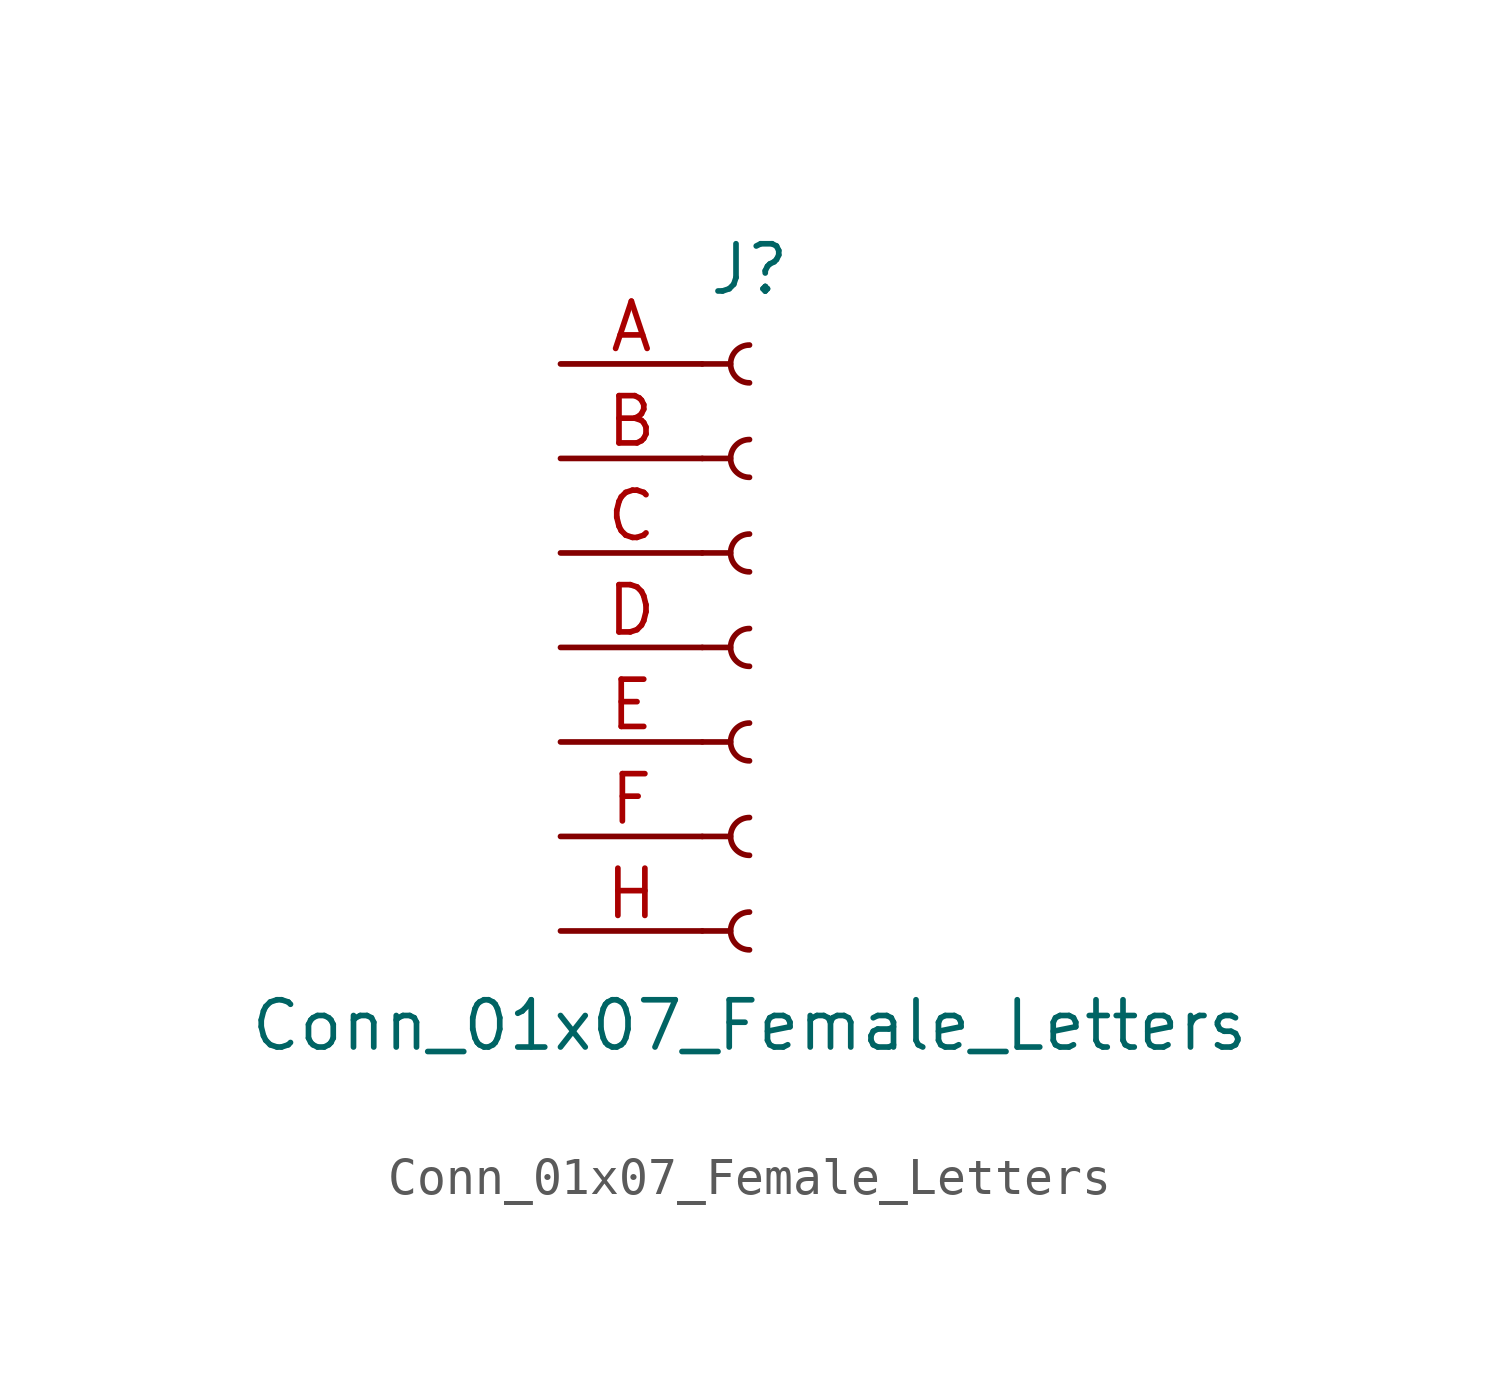
<source format=kicad_sym>
(kicad_symbol_lib
  (version 20211014)
  (generator kicad_symbol_editor)
  (symbol "Conn_01x07_Female_Letters"
    (pin_names
      (offset 1.016) hide)
    (property "Reference" "J"
      (at 0 10.16 0)
      (effects (font (size 1.27 1.27))))
    (property "Value" "Conn_01x07_Female_Letters"
      (at 0 -10.16 0)
      (effects (font (size 1.27 1.27))))
    (symbol "Conn_01x07_Female_Letters_1_1"
      (arc (start 0 -7.112) (mid -0.508 -7.62) (end 0 -8.128) (stroke (width 0.1524) (type default) (color 0 0 0 0)) (fill (type none)))
      (arc (start 0 -4.572) (mid -0.508 -5.08) (end 0 -5.588) (stroke (width 0.1524) (type default) (color 0 0 0 0)) (fill (type none)))
      (arc (start 0 -2.032) (mid -0.508 -2.54) (end 0 -3.048) (stroke (width 0.1524) (type default) (color 0 0 0 0)) (fill (type none)))
      (polyline (pts (xy -1.27 -7.62) (xy -0.508 -7.62)) (stroke (width 0.152) (type default) (color 0 0 0 0)) (fill (type none)))
      (polyline (pts (xy -1.27 -5.08) (xy -0.508 -5.08)) (stroke (width 0.152) (type default) (color 0 0 0 0)) (fill (type none)))
      (polyline (pts (xy -1.27 -2.54) (xy -0.508 -2.54)) (stroke (width 0.152) (type default) (color 0 0 0 0)) (fill (type none)))
      (polyline (pts (xy -1.27 0) (xy -0.508 0)) (stroke (width 0.152) (type default) (color 0 0 0 0)) (fill (type none)))
      (polyline (pts (xy -1.27 2.54) (xy -0.508 2.54)) (stroke (width 0.152) (type default) (color 0 0 0 0)) (fill (type none)))
      (polyline (pts (xy -1.27 5.08) (xy -0.508 5.08)) (stroke (width 0.152) (type default) (color 0 0 0 0)) (fill (type none)))
      (polyline (pts (xy -1.27 7.62) (xy -0.508 7.62)) (stroke (width 0.152) (type default) (color 0 0 0 0)) (fill (type none)))
      (arc (start 0 0.508) (mid -0.508 0) (end 0 -0.508) (stroke (width 0.1524) (type default) (color 0 0 0 0)) (fill (type none)))
      (arc (start 0 3.048) (mid -0.508 2.54) (end 0 2.032) (stroke (width 0.1524) (type default) (color 0 0 0 0)) (fill (type none)))
      (arc (start 0 5.588) (mid -0.508 5.08) (end 0 4.572) (stroke (width 0.1524) (type default) (color 0 0 0 0)) (fill (type none)))
      (arc (start 0 8.128) (mid -0.508 7.62) (end 0 7.112) (stroke (width 0.1524) (type default) (color 0 0 0 0)) (fill (type none)))
      (pin passive line (at -5.08 7.62 0) (length 3.81) (name "Pin_A" (effects (font (size 1.27 1.27)))) (number "A" (effects (font (size 1.27 1.27)))))
      (pin passive line (at -5.08 5.08 0) (length 3.81) (name "Pin_B" (effects (font (size 1.27 1.27)))) (number "B" (effects (font (size 1.27 1.27)))))
      (pin passive line (at -5.08 2.54 0) (length 3.81) (name "Pin_C" (effects (font (size 1.27 1.27)))) (number "C" (effects (font (size 1.27 1.27)))))
      (pin passive line (at -5.08 0 0) (length 3.81) (name "Pin_D" (effects (font (size 1.27 1.27)))) (number "D" (effects (font (size 1.27 1.27)))))
      (pin passive line (at -5.08 -2.54 0) (length 3.81) (name "Pin_E" (effects (font (size 1.27 1.27)))) (number "E" (effects (font (size 1.27 1.27)))))
      (pin passive line (at -5.08 -5.08 0) (length 3.81) (name "Pin_F" (effects (font (size 1.27 1.27)))) (number "F" (effects (font (size 1.27 1.27)))))
      (pin passive line (at -5.08 -7.62 0) (length 3.81) (name "Pin_H" (effects (font (size 1.27 1.27)))) (number "H" (effects (font (size 1.27 1.27))))))))
</source>
